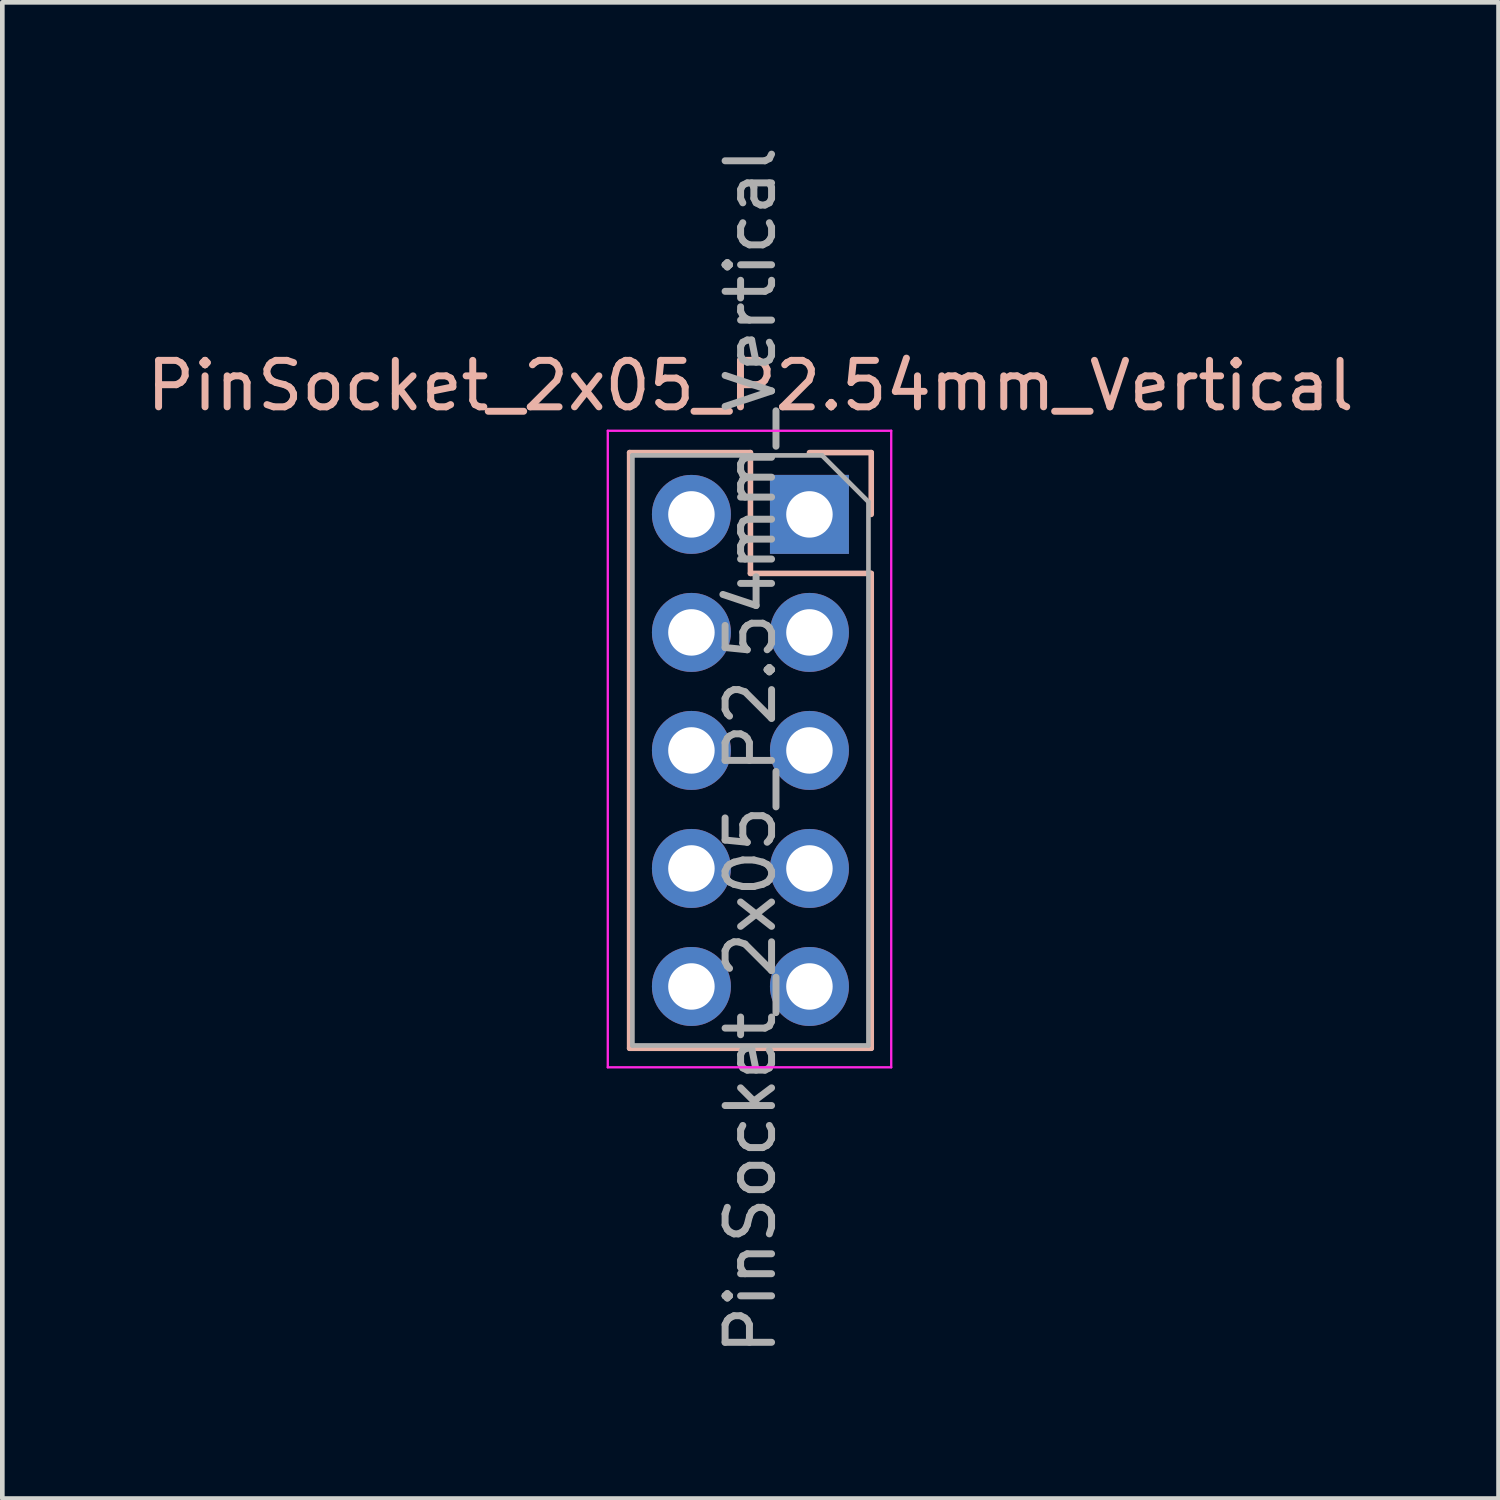
<source format=kicad_pcb>
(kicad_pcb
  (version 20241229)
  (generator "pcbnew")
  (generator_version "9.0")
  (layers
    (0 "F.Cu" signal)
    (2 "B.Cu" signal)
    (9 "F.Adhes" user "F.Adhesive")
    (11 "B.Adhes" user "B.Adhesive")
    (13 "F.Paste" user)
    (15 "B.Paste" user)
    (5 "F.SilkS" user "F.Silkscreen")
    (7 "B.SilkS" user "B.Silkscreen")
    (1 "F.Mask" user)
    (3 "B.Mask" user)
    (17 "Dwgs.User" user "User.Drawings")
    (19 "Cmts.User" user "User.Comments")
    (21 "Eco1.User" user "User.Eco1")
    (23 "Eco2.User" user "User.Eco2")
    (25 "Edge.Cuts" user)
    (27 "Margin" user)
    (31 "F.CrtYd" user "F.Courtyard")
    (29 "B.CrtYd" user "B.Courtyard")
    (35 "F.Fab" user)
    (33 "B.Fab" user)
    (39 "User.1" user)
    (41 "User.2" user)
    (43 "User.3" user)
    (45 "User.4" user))
  (footprint "PinSocket_2x05_P2.54mm_Vertical"
    (layer "F.Cu")
    (at 14.371 8.021)
    (property "Reference" "PinSocket_2x05_P2.54mm_Vertical" (at -1.27 -2.77 0) (layer "B.SilkS") (effects (font (size 1 1) (thickness 0.15))))
    (attr through_hole)
    (fp_line (start -3.87 -1.33) (end -3.87 11.49) (stroke (width 0.12) (type solid)) (layer "B.SilkS"))
    (fp_line (start -3.87 -1.33) (end -1.27 -1.33) (stroke (width 0.12) (type solid)) (layer "B.SilkS"))
    (fp_line (start -3.87 11.49) (end 1.33 11.49) (stroke (width 0.12) (type solid)) (layer "B.SilkS"))
    (fp_line (start -1.27 -1.33) (end -1.27 1.27) (stroke (width 0.12) (type solid)) (layer "B.SilkS"))
    (fp_line (start -1.27 1.27) (end 1.33 1.27) (stroke (width 0.12) (type solid)) (layer "B.SilkS"))
    (fp_line (start 0 -1.33) (end 1.33 -1.33) (stroke (width 0.12) (type solid)) (layer "B.SilkS"))
    (fp_line (start 1.33 -1.33) (end 1.33 0) (stroke (width 0.12) (type solid)) (layer "B.SilkS"))
    (fp_line (start 1.33 1.27) (end 1.33 11.49) (stroke (width 0.12) (type solid)) (layer "B.SilkS"))
    (fp_line (start -4.34 -1.8) (end 1.76 -1.8) (stroke (width 0.05) (type solid)) (layer "F.CrtYd"))
    (fp_line (start -4.34 11.9) (end -4.34 -1.8) (stroke (width 0.05) (type solid)) (layer "F.CrtYd"))
    (fp_line (start 1.76 -1.8) (end 1.76 11.9) (stroke (width 0.05) (type solid)) (layer "F.CrtYd"))
    (fp_line (start 1.76 11.9) (end -4.34 11.9) (stroke (width 0.05) (type solid)) (layer "F.CrtYd"))
    (fp_line (start -3.81 -1.27) (end 0.27 -1.27) (stroke (width 0.1) (type solid)) (layer "F.Fab"))
    (fp_line (start -3.81 11.43) (end -3.81 -1.27) (stroke (width 0.1) (type solid)) (layer "F.Fab"))
    (fp_line (start 0.27 -1.27) (end 1.27 -0.27) (stroke (width 0.1) (type solid)) (layer "F.Fab"))
    (fp_line (start 1.27 -0.27) (end 1.27 11.43) (stroke (width 0.1) (type solid)) (layer "F.Fab"))
    (fp_line (start 1.27 11.43) (end -3.81 11.43) (stroke (width 0.1) (type solid)) (layer "F.Fab"))
    (fp_text user "${REFERENCE}" (at -1.27 5.08 90) (layer "F.Fab") (effects (font (size 1 1) (thickness 0.15))))
    (pad "1" thru_hole rect (at 0 0) (size 1.7 1.7) (drill 1) (layers "*.Cu" "*.Mask"))
    (pad "2" thru_hole oval (at -2.54 0) (size 1.7 1.7) (drill 1) (layers "*.Cu" "*.Mask"))
    (pad "3" thru_hole oval (at 0 2.54) (size 1.7 1.7) (drill 1) (layers "*.Cu" "*.Mask"))
    (pad "4" thru_hole oval (at -2.54 2.54) (size 1.7 1.7) (drill 1) (layers "*.Cu" "*.Mask"))
    (pad "5" thru_hole oval (at 0 5.08) (size 1.7 1.7) (drill 1) (layers "*.Cu" "*.Mask"))
    (pad "6" thru_hole oval (at -2.54 5.08) (size 1.7 1.7) (drill 1) (layers "*.Cu" "*.Mask"))
    (pad "7" thru_hole oval (at 0 7.62) (size 1.7 1.7) (drill 1) (layers "*.Cu" "*.Mask"))
    (pad "8" thru_hole oval (at -2.54 7.62) (size 1.7 1.7) (drill 1) (layers "*.Cu" "*.Mask"))
    (pad "9" thru_hole oval (at 0 10.16) (size 1.7 1.7) (drill 1) (layers "*.Cu" "*.Mask"))
    (pad "10" thru_hole oval (at -2.54 10.16) (size 1.7 1.7) (drill 1) (layers "*.Cu" "*.Mask")))
  (gr_rect
    (start -3 -3)
    (end 29.202 29.202)
    (stroke (width 0.1) (type default))
    (fill no)
    (layer "Edge.Cuts")))
</source>
